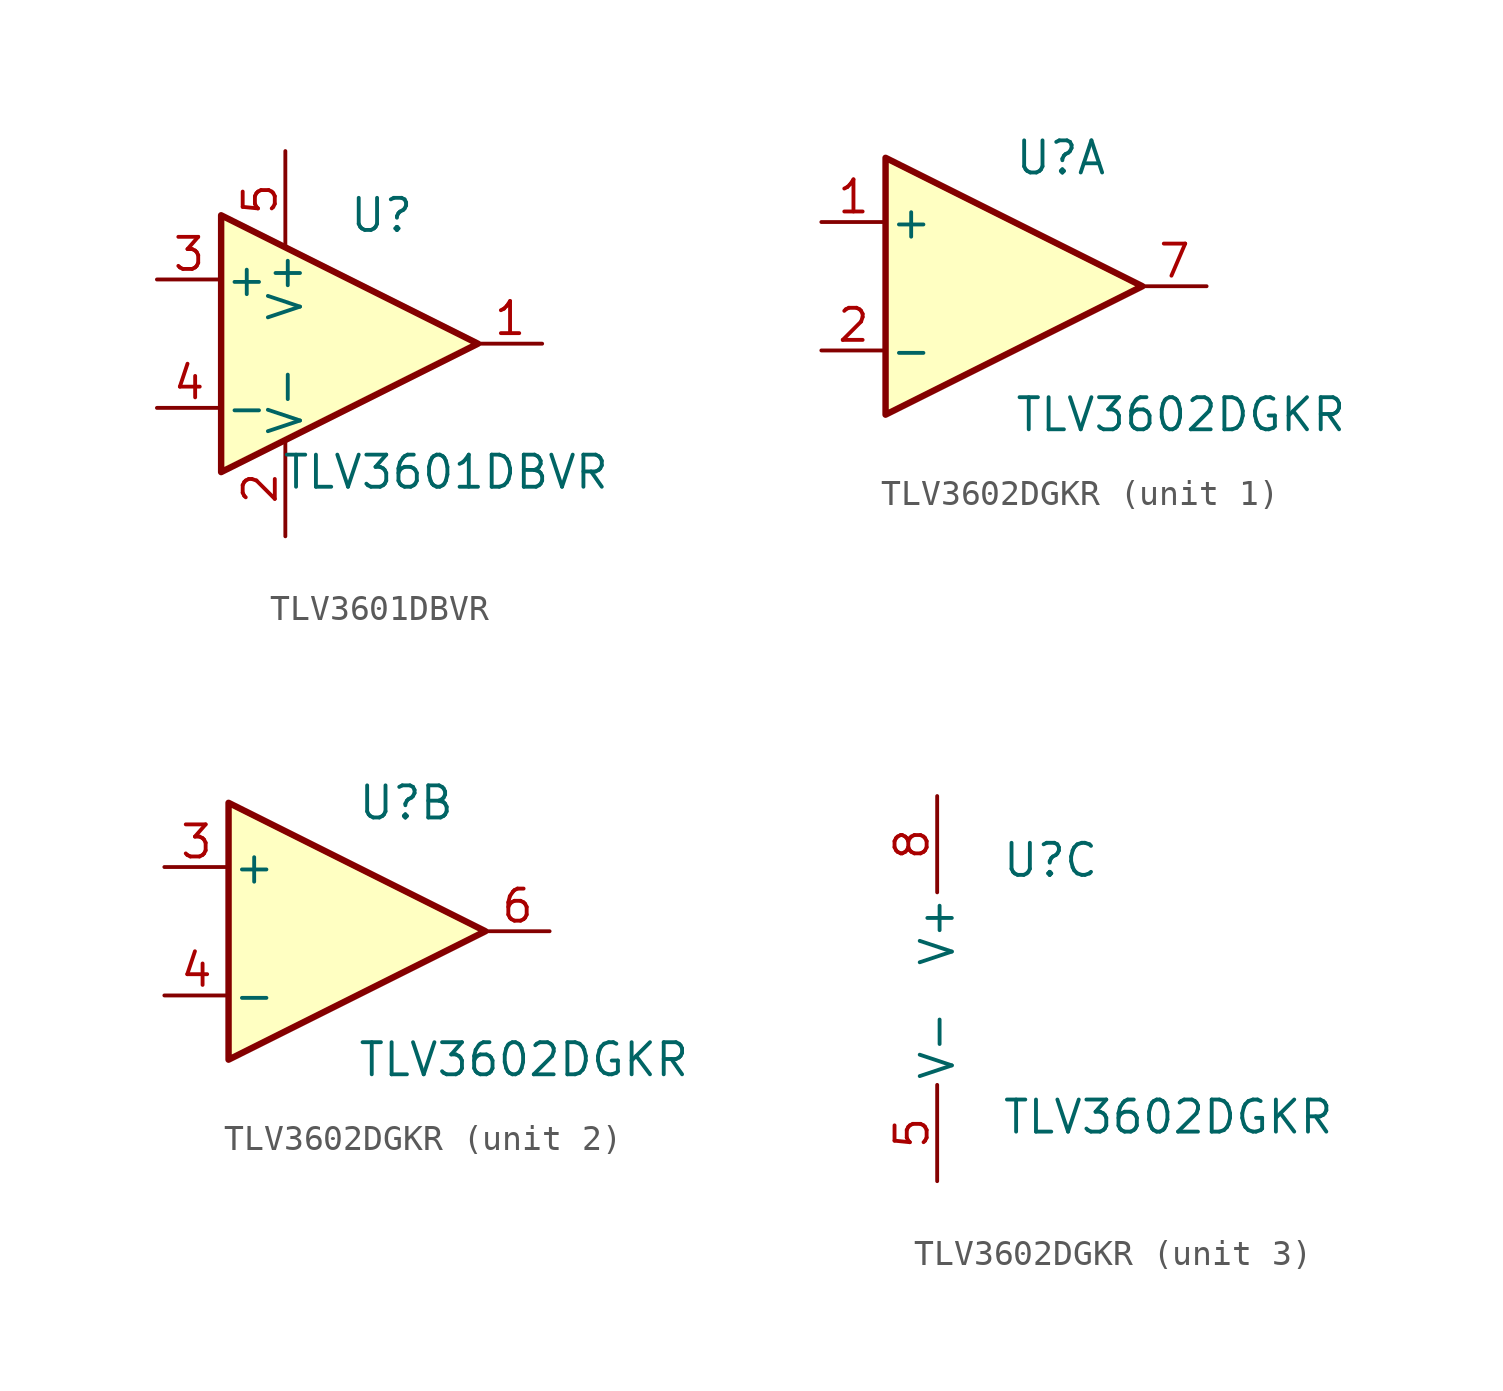
<source format=kicad_sym>
(kicad_symbol_lib
  (version 20241209)
  (generator "kicad_symbol_editor")
  (generator_version "9.0")
  (symbol "TLV3601DBVR"
    (pin_names
      (offset 0.127))
    (property "Reference" "U"
      (at 1.27 5.08 0)
      (effects (font (size 1.27 1.27))))
    (property "Value" "TLV3601DBVR"
      (at 3.81 -5.08 0)
      (effects (font (size 1.27 1.27))))
    (symbol "TLV3601DBVR_0_1"
      (polyline (pts (xy -5.08 5.08) (xy 5.08 0) (xy -5.08 -5.08) (xy -5.08 5.08)) (stroke (width 0.254) (type default)) (fill (type background))))
    (symbol "TLV3601DBVR_1_1"
      (pin input line (at -7.62 2.54 0) (length 2.54) (name "+" (effects (font (size 1.27 1.27)))) (number "3" (effects (font (size 1.27 1.27)))))
      (pin input line (at -7.62 -2.54 0) (length 2.54) (name "-" (effects (font (size 1.27 1.27)))) (number "4" (effects (font (size 1.27 1.27)))))
      (pin power_in line (at -2.54 7.62 270) (length 3.81) (name "V+" (effects (font (size 1.27 1.27)))) (number "5" (effects (font (size 1.27 1.27)))))
      (pin power_in line (at -2.54 -7.62 90) (length 3.81) (name "V-" (effects (font (size 1.27 1.27)))) (number "2" (effects (font (size 1.27 1.27)))))
      (pin open_collector line (at 7.62 0 180) (length 2.54) (name "~" (effects (font (size 1.27 1.27)))) (number "1" (effects (font (size 1.27 1.27)))))))
  (symbol "TLV3602DGKR"
    (pin_names
      (offset 0.127))
    (property "Reference" "U"
      (at 0 5.08 0)
      (effects (font (size 1.27 1.27)) (justify left)))
    (property "Value" "TLV3602DGKR"
      (at 0 -5.08 0)
      (effects (font (size 1.27 1.27)) (justify left)))
    (property "ki_locked" ""
      (at 0 0 0)
      (effects (font (size 1.27 1.27))))
    (symbol "TLV3602DGKR_1_1"
      (polyline (pts (xy -5.08 5.08) (xy 5.08 0) (xy -5.08 -5.08) (xy -5.08 5.08)) (stroke (width 0.254) (type default)) (fill (type background)))
      (pin input line (at -7.62 2.54 0) (length 2.54) (name "+" (effects (font (size 1.27 1.27)))) (number "1" (effects (font (size 1.27 1.27)))))
      (pin input line (at -7.62 -2.54 0) (length 2.54) (name "-" (effects (font (size 1.27 1.27)))) (number "2" (effects (font (size 1.27 1.27)))))
      (pin output line (at 7.62 0 180) (length 2.54) (name "~" (effects (font (size 1.27 1.27)))) (number "7" (effects (font (size 1.27 1.27))))))
    (symbol "TLV3602DGKR_2_1"
      (polyline (pts (xy -5.08 5.08) (xy 5.08 0) (xy -5.08 -5.08) (xy -5.08 5.08)) (stroke (width 0.254) (type default)) (fill (type background)))
      (pin input line (at -7.62 2.54 0) (length 2.54) (name "+" (effects (font (size 1.27 1.27)))) (number "3" (effects (font (size 1.27 1.27)))))
      (pin input line (at -7.62 -2.54 0) (length 2.54) (name "-" (effects (font (size 1.27 1.27)))) (number "4" (effects (font (size 1.27 1.27)))))
      (pin output line (at 7.62 0 180) (length 2.54) (name "~" (effects (font (size 1.27 1.27)))) (number "6" (effects (font (size 1.27 1.27))))))
    (symbol "TLV3602DGKR_3_1"
      (pin power_in line (at -2.54 7.62 270) (length 3.81) (name "V+" (effects (font (size 1.27 1.27)))) (number "8" (effects (font (size 1.27 1.27)))))
      (pin power_in line (at -2.54 -7.62 90) (length 3.81) (name "V-" (effects (font (size 1.27 1.27)))) (number "5" (effects (font (size 1.27 1.27))))))))
</source>
